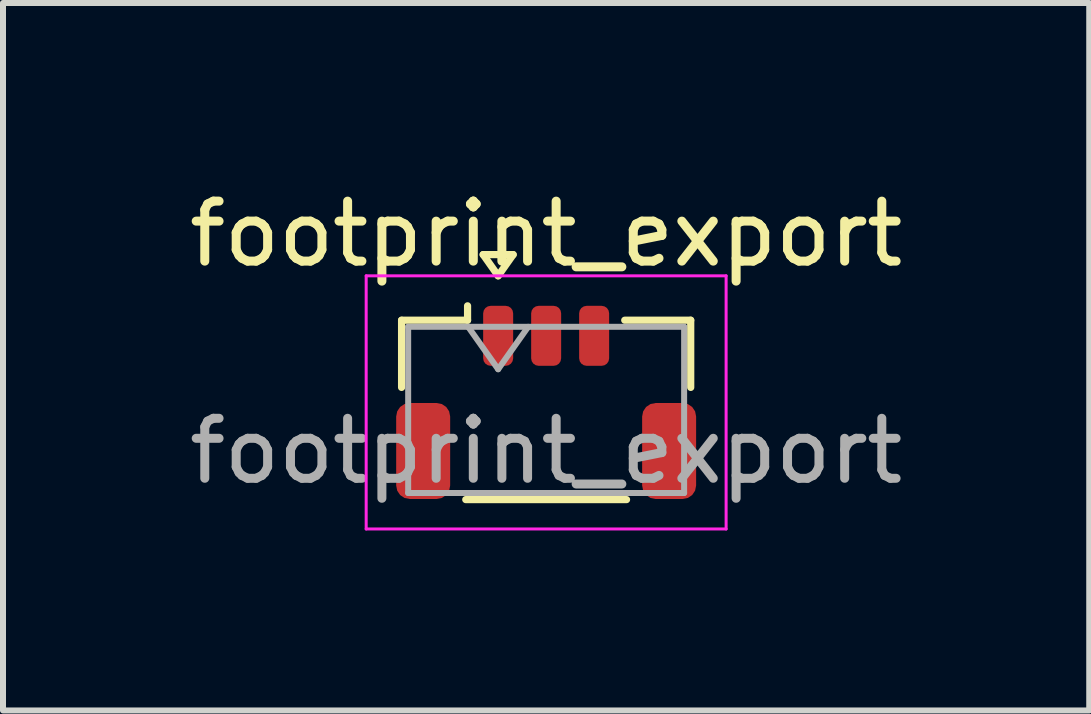
<source format=kicad_pcb>
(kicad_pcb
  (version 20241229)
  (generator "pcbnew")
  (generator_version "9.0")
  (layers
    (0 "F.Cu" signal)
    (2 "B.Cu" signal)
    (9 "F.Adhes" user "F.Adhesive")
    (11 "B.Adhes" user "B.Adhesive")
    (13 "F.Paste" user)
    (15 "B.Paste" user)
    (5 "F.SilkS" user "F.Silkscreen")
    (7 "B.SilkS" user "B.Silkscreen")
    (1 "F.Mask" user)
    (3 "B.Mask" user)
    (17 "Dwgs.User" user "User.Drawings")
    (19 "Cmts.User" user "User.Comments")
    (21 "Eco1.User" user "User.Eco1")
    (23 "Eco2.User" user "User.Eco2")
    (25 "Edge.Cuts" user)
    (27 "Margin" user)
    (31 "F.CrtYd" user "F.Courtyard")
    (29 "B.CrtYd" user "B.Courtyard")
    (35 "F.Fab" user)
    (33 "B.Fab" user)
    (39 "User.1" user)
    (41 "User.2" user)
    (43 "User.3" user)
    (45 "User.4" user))
  (footprint "footprint_export"
    (layer "F.Cu")
    (at 6.054 3.658)
    (property "Reference" "footprint_export" (at 0 -2.81 0) (layer "F.SilkS") (effects (font (size 1 1) (thickness 0.15))))
    (attr smd)
    (fp_line (start -2.41 -1.37) (end -1.31 -1.37) (stroke (width 0.12) (type solid)) (layer "F.SilkS"))
    (fp_line (start -2.41 -0.25) (end -2.41 -1.37) (stroke (width 0.12) (type solid)) (layer "F.SilkS"))
    (fp_line (start -1.34 1.62) (end 1.34 1.62) (stroke (width 0.12) (type solid)) (layer "F.SilkS"))
    (fp_line (start -1.31 -1.37) (end -1.31 -1.61) (stroke (width 0.12) (type solid)) (layer "F.SilkS"))
    (fp_line (start -1.05 -2.464) (end -0.8 -2.11) (stroke (width 0.12) (type solid)) (layer "F.SilkS"))
    (fp_line (start -0.8 -2.11) (end -0.55 -2.464) (stroke (width 0.12) (type solid)) (layer "F.SilkS"))
    (fp_line (start -0.55 -2.464) (end -1.05 -2.464) (stroke (width 0.12) (type solid)) (layer "F.SilkS"))
    (fp_line (start 2.41 -1.37) (end 1.31 -1.37) (stroke (width 0.12) (type solid)) (layer "F.SilkS"))
    (fp_line (start 2.41 -0.25) (end 2.41 -1.37) (stroke (width 0.12) (type solid)) (layer "F.SilkS"))
    (fp_line (start -3 -2.11) (end -3 2.11) (stroke (width 0.05) (type solid)) (layer "F.CrtYd"))
    (fp_line (start -3 2.11) (end 3 2.11) (stroke (width 0.05) (type solid)) (layer "F.CrtYd"))
    (fp_line (start 3 -2.11) (end -3 -2.11) (stroke (width 0.05) (type solid)) (layer "F.CrtYd"))
    (fp_line (start 3 2.11) (end 3 -2.11) (stroke (width 0.05) (type solid)) (layer "F.CrtYd"))
    (fp_line (start -2.3 -1.26) (end -2.3 1.51) (stroke (width 0.1) (type solid)) (layer "F.Fab"))
    (fp_line (start -2.3 -1.26) (end 2.3 -1.26) (stroke (width 0.1) (type solid)) (layer "F.Fab"))
    (fp_line (start -2.3 1.51) (end 2.3 1.51) (stroke (width 0.1) (type solid)) (layer "F.Fab"))
    (fp_line (start -1.3 -1.26) (end -0.8 -0.553) (stroke (width 0.1) (type solid)) (layer "F.Fab"))
    (fp_line (start -0.8 -0.553) (end -0.3 -1.26) (stroke (width 0.1) (type solid)) (layer "F.Fab"))
    (fp_line (start 2.3 -1.26) (end 2.3 1.51) (stroke (width 0.1) (type solid)) (layer "F.Fab"))
    (fp_text user "${REFERENCE}" (at 0 0.81 0) (layer "F.Fab") (effects (font (size 1 1) (thickness 0.15))))
    (pad "1" smd roundrect (at -0.8 -1.11) (size 0.5 1) (layers "F.Cu" "F.Mask" "F.Paste") (roundrect_rratio 0.25))
    (pad "2" smd roundrect (at 0 -1.11) (size 0.5 1) (layers "F.Cu" "F.Mask" "F.Paste") (roundrect_rratio 0.25))
    (pad "3" smd roundrect (at 0.8 -1.11) (size 0.5 1) (layers "F.Cu" "F.Mask" "F.Paste") (roundrect_rratio 0.25))
    (pad "MP" smd roundrect (at -2.05 0.81) (size 0.9 1.6) (layers "F.Cu" "F.Mask" "F.Paste") (roundrect_rratio 0.25))
    (pad "MP" smd roundrect (at 2.05 0.81) (size 0.9 1.6) (layers "F.Cu" "F.Mask" "F.Paste") (roundrect_rratio 0.25)))
  (gr_rect
    (start -3 -3)
    (end 15.107 8.793)
    (stroke (width 0.1) (type default))
    (fill no)
    (layer "Edge.Cuts")))
</source>
